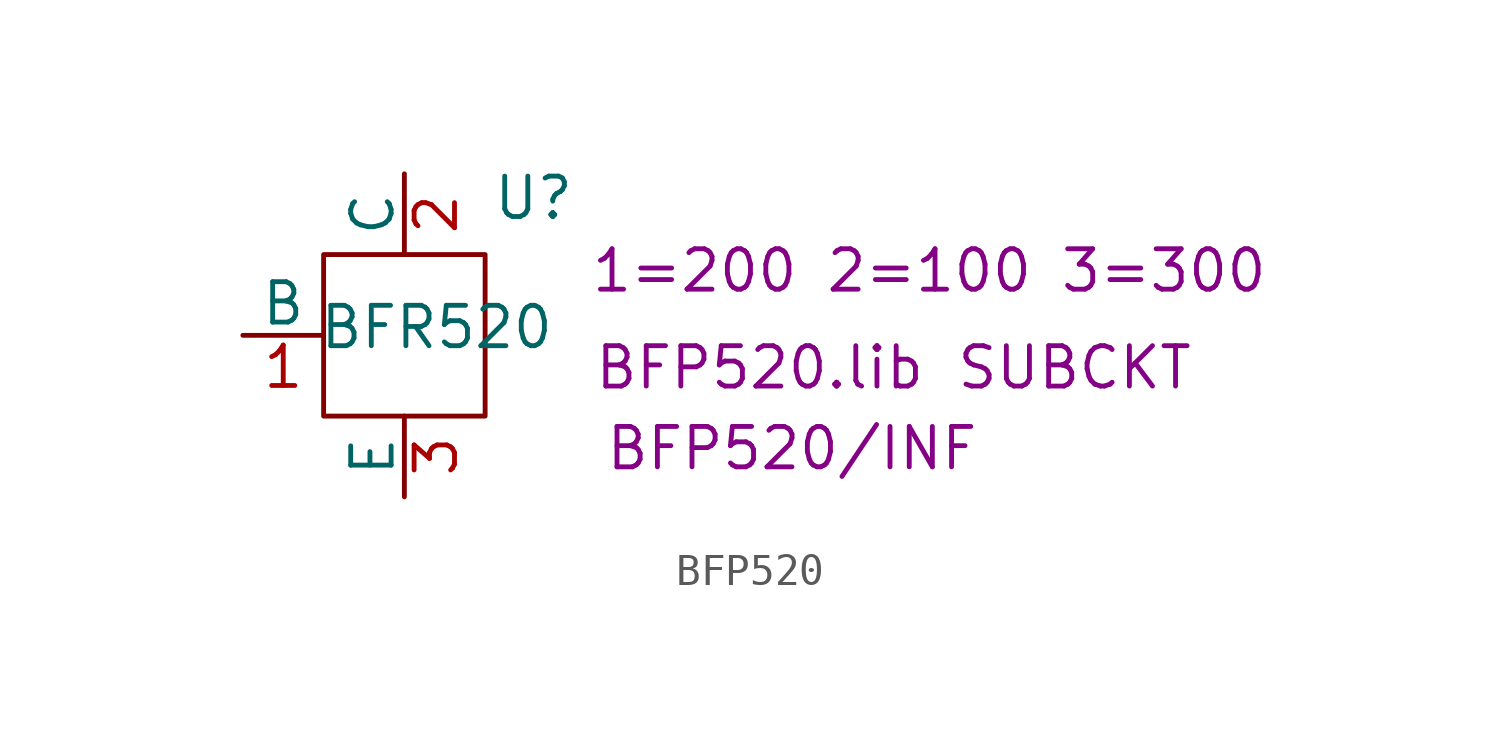
<source format=kicad_sym>
(kicad_symbol_lib
  (version 20231120)
  (generator "kicad_symbol_editor")
  (generator_version "8.0")
  (symbol "BFP520"
    (pin_names
      (offset 0))
    (property "Reference" "U"
      (at 4.064 4.318 0)
      (effects (font (size 1.27 1.27))))
    (property "Value" "BFR520"
      (at 1.016 0.254 0)
      (effects (font (size 1.27 1.27))))
    (property "Sim.Library" "BFP520.lib"
      (at 11.176 -1.016 0)
      (effects (font (size 1.27 1.27))))
    (property "Sim.Name" "BFP520/INF"
      (at 12.192 -3.556 0)
      (effects (font (size 1.27 1.27))))
    (property "Sim.Device" "SUBCKT"
      (at 21.082 -1.016 0)
      (effects (font (size 1.27 1.27))))
    (property "Sim.Pins" "1=200 2=100 3=300"
      (at 16.51 2.032 0)
      (effects (font (size 1.27 1.27))))
    (symbol "BFP520_0_1"
      (rectangle (start -2.54 2.54) (end 2.54 -2.54) (stroke (width 0) (type default)) (fill (type none))))
    (symbol "BFP520_1_1"
      (pin bidirectional line (at -5.08 0 0) (length 2.54) (name "B" (effects (font (size 1.27 1.27)))) (number "1" (effects (font (size 1.27 1.27)))))
      (pin passive line (at 0 5.08 270) (length 2.54) (name "C" (effects (font (size 1.27 1.27)))) (number "2" (effects (font (size 1.27 1.27)))))
      (pin passive line (at 0 -5.08 90) (length 2.54) (name "E" (effects (font (size 1.27 1.27)))) (number "3" (effects (font (size 1.27 1.27))))))))
</source>
